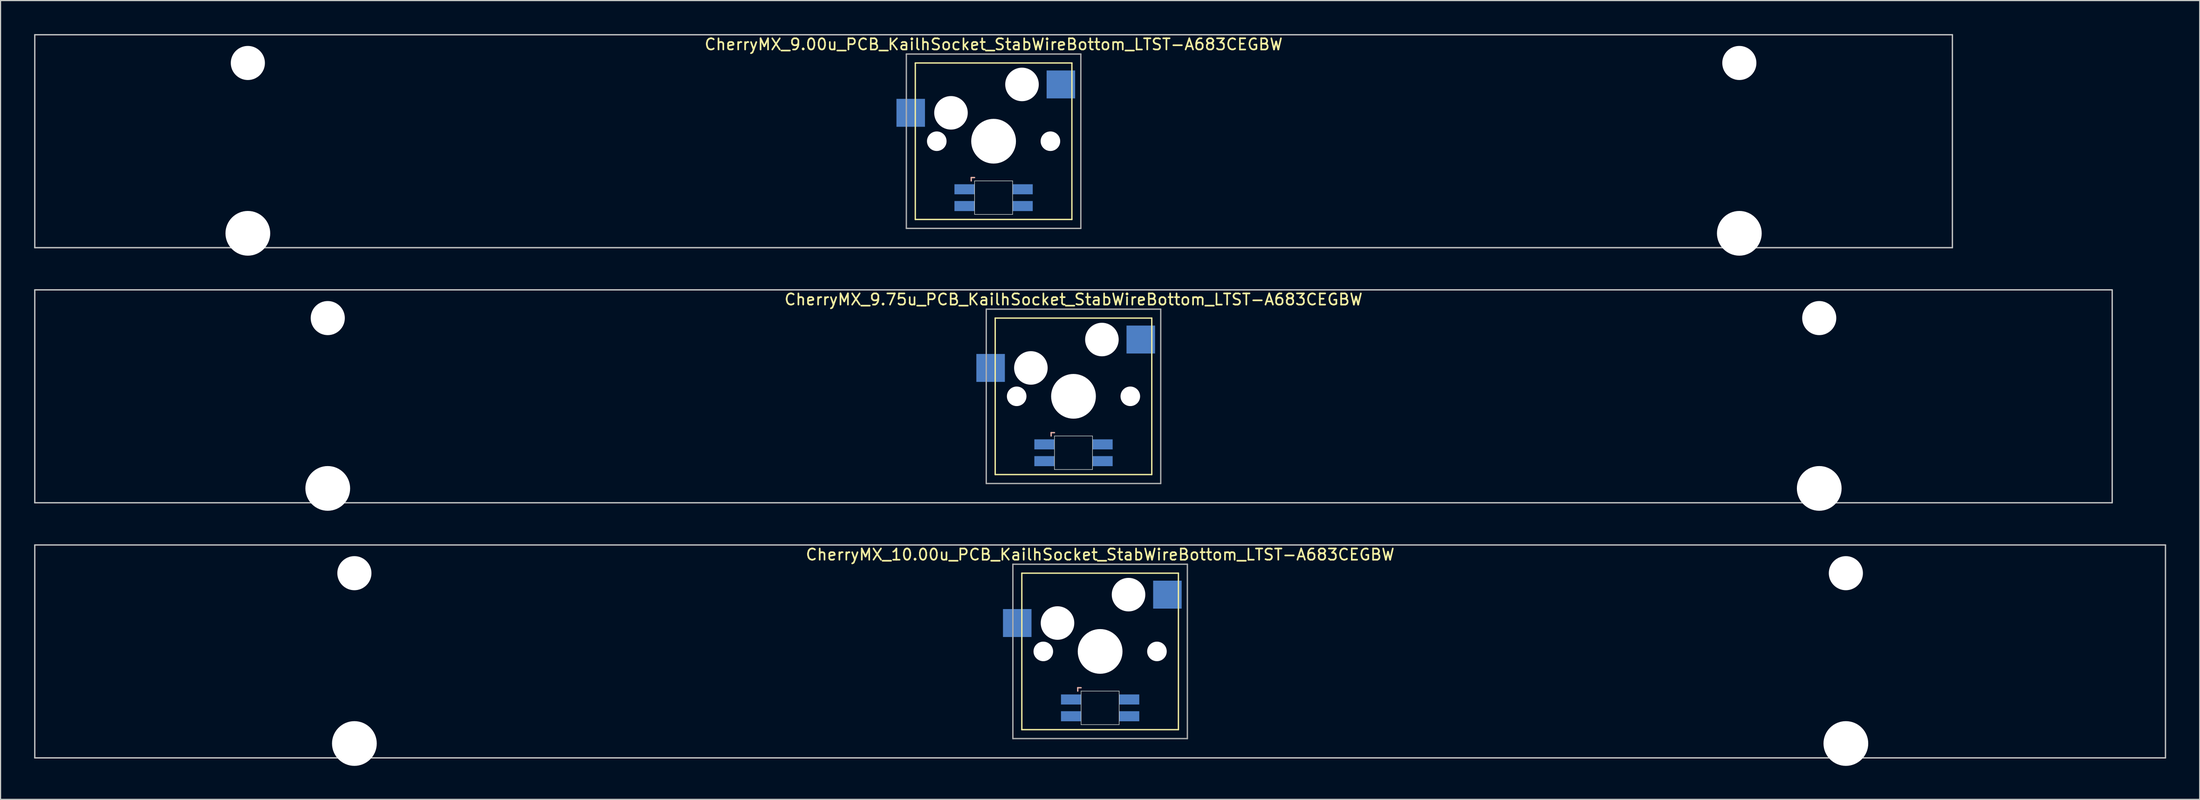
<source format=kicad_pcb>
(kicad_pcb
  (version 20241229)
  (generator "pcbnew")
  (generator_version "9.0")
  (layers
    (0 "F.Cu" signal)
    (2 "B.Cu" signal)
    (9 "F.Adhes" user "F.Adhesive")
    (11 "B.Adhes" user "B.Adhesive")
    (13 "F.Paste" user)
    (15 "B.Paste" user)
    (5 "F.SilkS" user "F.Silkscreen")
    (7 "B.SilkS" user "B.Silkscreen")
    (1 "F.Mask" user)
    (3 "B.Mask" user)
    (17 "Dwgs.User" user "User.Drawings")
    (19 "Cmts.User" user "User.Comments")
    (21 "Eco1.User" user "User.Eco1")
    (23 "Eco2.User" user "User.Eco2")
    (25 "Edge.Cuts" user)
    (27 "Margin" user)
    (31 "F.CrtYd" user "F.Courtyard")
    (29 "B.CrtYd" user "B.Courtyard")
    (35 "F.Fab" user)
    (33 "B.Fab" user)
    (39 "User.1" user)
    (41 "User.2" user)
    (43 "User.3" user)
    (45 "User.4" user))
  (footprint "CherryMX_10.00u_PCB_KailhSocket_StabWireBottom_LTST-A683CEGBW"
    (layer "F.Cu")
    (at 95.31 55.235)
    (property "Reference" "CherryMX_10.00u_PCB_KailhSocket_StabWireBottom_LTST-A683CEGBW" (at 0 -8.662 0) (layer "F.SilkS") (effects (font (size 1 1) (thickness 0.15))))
    (attr through_hole)
    (fp_line (start -7 -7) (end -7 7) (stroke (width 0.12) (type solid)) (layer "F.SilkS"))
    (fp_line (start -7 -7) (end 7 -7) (stroke (width 0.12) (type solid)) (layer "F.SilkS"))
    (fp_line (start 7 -7) (end 7 7) (stroke (width 0.12) (type solid)) (layer "F.SilkS"))
    (fp_line (start 7 7) (end -7 7) (stroke (width 0.12) (type solid)) (layer "F.SilkS"))
    (fp_line (start -2 3.25) (end -2 3.55) (stroke (width 0.12) (type solid)) (layer "B.SilkS"))
    (fp_line (start -1.7 3.25) (end -2 3.25) (stroke (width 0.12) (type solid)) (layer "B.SilkS"))
    (fp_line (start -95.25 -9.525) (end 95.25 -9.525) (stroke (width 0.12) (type solid)) (layer "Dwgs.User"))
    (fp_line (start -95.25 9.525) (end -95.25 -9.525) (stroke (width 0.12) (type solid)) (layer "Dwgs.User"))
    (fp_line (start 95.25 -9.525) (end 95.25 9.525) (stroke (width 0.12) (type solid)) (layer "Dwgs.User"))
    (fp_line (start 95.25 9.525) (end -95.25 9.525) (stroke (width 0.12) (type solid)) (layer "Dwgs.User"))
    (fp_line (start -1.7 3.55) (end 1.7 3.55) (stroke (width 0.05) (type solid)) (layer "Edge.Cuts"))
    (fp_line (start -1.7 6.55) (end -1.7 3.55) (stroke (width 0.05) (type solid)) (layer "Edge.Cuts"))
    (fp_line (start 1.7 3.55) (end 1.7 6.55) (stroke (width 0.05) (type solid)) (layer "Edge.Cuts"))
    (fp_line (start 1.7 6.55) (end -1.7 6.55) (stroke (width 0.05) (type solid)) (layer "Edge.Cuts"))
    (fp_line (start -7.8 -7.8) (end -7.8 7.8) (stroke (width 0.12) (type solid)) (layer "F.Fab"))
    (fp_line (start -7.8 -7.8) (end 7.8 -7.8) (stroke (width 0.12) (type solid)) (layer "F.Fab"))
    (fp_line (start -7.8 7.8) (end 7.8 7.8) (stroke (width 0.12) (type solid)) (layer "F.Fab"))
    (fp_line (start 7.8 -7.8) (end 7.8 7.8) (stroke (width 0.12) (type solid)) (layer "F.Fab"))
    (pad "" np_thru_hole circle (at -66.675 -7) (size 3.05 3.05) (drill 3.05) (layers "*.Cu" "*.Mask"))
    (pad "" np_thru_hole circle (at -66.675 8.24) (size 4 4) (drill 4) (layers "*.Cu" "*.Mask"))
    (pad "" np_thru_hole circle (at -5.08 0) (size 1.75 1.75) (drill 1.75) (layers "*.Cu" "*.Mask"))
    (pad "" np_thru_hole circle (at -3.81 -2.54) (size 3 3) (drill 3) (layers "*.Cu" "*.Mask"))
    (pad "" np_thru_hole circle (at 0 0) (size 4 4) (drill 4) (layers "*.Cu" "*.Mask"))
    (pad "" np_thru_hole circle (at 2.54 -5.08) (size 3 3) (drill 3) (layers "*.Cu" "*.Mask"))
    (pad "" np_thru_hole circle (at 5.08 0) (size 1.75 1.75) (drill 1.75) (layers "*.Cu" "*.Mask"))
    (pad "" np_thru_hole circle (at 66.675 -7) (size 3.05 3.05) (drill 3.05) (layers "*.Cu" "*.Mask"))
    (pad "" np_thru_hole circle (at 66.675 8.24) (size 4 4) (drill 4) (layers "*.Cu" "*.Mask"))
    (pad "1" smd rect (at -7.41 -2.54) (size 2.55 2.5) (layers "B.Cu" "B.Mask" "B.Paste"))
    (pad "2" smd rect (at 6.015 -5.08) (size 2.55 2.5) (layers "B.Cu" "B.Mask" "B.Paste"))
    (pad "3" smd rect (at -2.6 4.3) (size 1.8 0.9) (layers "B.Cu" "B.Mask" "B.Paste"))
    (pad "4" smd rect (at -2.6 5.8) (size 1.8 0.9) (layers "B.Cu" "B.Mask" "B.Paste"))
    (pad "5" smd rect (at 2.6 4.3) (size 1.8 0.9) (layers "B.Cu" "B.Mask" "B.Paste"))
    (pad "6" smd rect (at 2.6 5.8) (size 1.8 0.9) (layers "B.Cu" "B.Mask" "B.Paste")))
  (footprint "CherryMX_9.75u_PCB_KailhSocket_StabWireBottom_LTST-A683CEGBW"
    (layer "F.Cu")
    (at 92.929 32.41)
    (property "Reference" "CherryMX_9.75u_PCB_KailhSocket_StabWireBottom_LTST-A683CEGBW" (at 0 -8.662 0) (layer "F.SilkS") (effects (font (size 1 1) (thickness 0.15))))
    (attr through_hole)
    (fp_line (start -7 -7) (end -7 7) (stroke (width 0.12) (type solid)) (layer "F.SilkS"))
    (fp_line (start -7 -7) (end 7 -7) (stroke (width 0.12) (type solid)) (layer "F.SilkS"))
    (fp_line (start 7 -7) (end 7 7) (stroke (width 0.12) (type solid)) (layer "F.SilkS"))
    (fp_line (start 7 7) (end -7 7) (stroke (width 0.12) (type solid)) (layer "F.SilkS"))
    (fp_line (start -2 3.25) (end -2 3.55) (stroke (width 0.12) (type solid)) (layer "B.SilkS"))
    (fp_line (start -1.7 3.25) (end -2 3.25) (stroke (width 0.12) (type solid)) (layer "B.SilkS"))
    (fp_line (start -92.869 -9.525) (end 92.869 -9.525) (stroke (width 0.12) (type solid)) (layer "Dwgs.User"))
    (fp_line (start -92.869 9.525) (end -92.869 -9.525) (stroke (width 0.12) (type solid)) (layer "Dwgs.User"))
    (fp_line (start 92.869 -9.525) (end 92.869 9.525) (stroke (width 0.12) (type solid)) (layer "Dwgs.User"))
    (fp_line (start 92.869 9.525) (end -92.869 9.525) (stroke (width 0.12) (type solid)) (layer "Dwgs.User"))
    (fp_line (start -1.7 3.55) (end 1.7 3.55) (stroke (width 0.05) (type solid)) (layer "Edge.Cuts"))
    (fp_line (start -1.7 6.55) (end -1.7 3.55) (stroke (width 0.05) (type solid)) (layer "Edge.Cuts"))
    (fp_line (start 1.7 3.55) (end 1.7 6.55) (stroke (width 0.05) (type solid)) (layer "Edge.Cuts"))
    (fp_line (start 1.7 6.55) (end -1.7 6.55) (stroke (width 0.05) (type solid)) (layer "Edge.Cuts"))
    (fp_line (start -7.8 -7.8) (end -7.8 7.8) (stroke (width 0.12) (type solid)) (layer "F.Fab"))
    (fp_line (start -7.8 -7.8) (end 7.8 -7.8) (stroke (width 0.12) (type solid)) (layer "F.Fab"))
    (fp_line (start -7.8 7.8) (end 7.8 7.8) (stroke (width 0.12) (type solid)) (layer "F.Fab"))
    (fp_line (start 7.8 -7.8) (end 7.8 7.8) (stroke (width 0.12) (type solid)) (layer "F.Fab"))
    (pad "" np_thru_hole circle (at -66.675 -7) (size 3.05 3.05) (drill 3.05) (layers "*.Cu" "*.Mask"))
    (pad "" np_thru_hole circle (at -66.675 8.24) (size 4 4) (drill 4) (layers "*.Cu" "*.Mask"))
    (pad "" np_thru_hole circle (at -5.08 0) (size 1.75 1.75) (drill 1.75) (layers "*.Cu" "*.Mask"))
    (pad "" np_thru_hole circle (at -3.81 -2.54) (size 3 3) (drill 3) (layers "*.Cu" "*.Mask"))
    (pad "" np_thru_hole circle (at 0 0) (size 4 4) (drill 4) (layers "*.Cu" "*.Mask"))
    (pad "" np_thru_hole circle (at 2.54 -5.08) (size 3 3) (drill 3) (layers "*.Cu" "*.Mask"))
    (pad "" np_thru_hole circle (at 5.08 0) (size 1.75 1.75) (drill 1.75) (layers "*.Cu" "*.Mask"))
    (pad "" np_thru_hole circle (at 66.675 -7) (size 3.05 3.05) (drill 3.05) (layers "*.Cu" "*.Mask"))
    (pad "" np_thru_hole circle (at 66.675 8.24) (size 4 4) (drill 4) (layers "*.Cu" "*.Mask"))
    (pad "1" smd rect (at -7.41 -2.54) (size 2.55 2.5) (layers "B.Cu" "B.Mask" "B.Paste"))
    (pad "2" smd rect (at 6.015 -5.08) (size 2.55 2.5) (layers "B.Cu" "B.Mask" "B.Paste"))
    (pad "3" smd rect (at -2.6 4.3) (size 1.8 0.9) (layers "B.Cu" "B.Mask" "B.Paste"))
    (pad "4" smd rect (at -2.6 5.8) (size 1.8 0.9) (layers "B.Cu" "B.Mask" "B.Paste"))
    (pad "5" smd rect (at 2.6 4.3) (size 1.8 0.9) (layers "B.Cu" "B.Mask" "B.Paste"))
    (pad "6" smd rect (at 2.6 5.8) (size 1.8 0.9) (layers "B.Cu" "B.Mask" "B.Paste")))
  (footprint "CherryMX_9.00u_PCB_KailhSocket_StabWireBottom_LTST-A683CEGBW"
    (layer "F.Cu")
    (at 85.785 9.585)
    (property "Reference" "CherryMX_9.00u_PCB_KailhSocket_StabWireBottom_LTST-A683CEGBW" (at 0 -8.662 0) (layer "F.SilkS") (effects (font (size 1 1) (thickness 0.15))))
    (attr through_hole)
    (fp_line (start -7 -7) (end -7 7) (stroke (width 0.12) (type solid)) (layer "F.SilkS"))
    (fp_line (start -7 -7) (end 7 -7) (stroke (width 0.12) (type solid)) (layer "F.SilkS"))
    (fp_line (start 7 -7) (end 7 7) (stroke (width 0.12) (type solid)) (layer "F.SilkS"))
    (fp_line (start 7 7) (end -7 7) (stroke (width 0.12) (type solid)) (layer "F.SilkS"))
    (fp_line (start -2 3.25) (end -2 3.55) (stroke (width 0.12) (type solid)) (layer "B.SilkS"))
    (fp_line (start -1.7 3.25) (end -2 3.25) (stroke (width 0.12) (type solid)) (layer "B.SilkS"))
    (fp_line (start -85.725 -9.525) (end 85.725 -9.525) (stroke (width 0.12) (type solid)) (layer "Dwgs.User"))
    (fp_line (start -85.725 9.525) (end -85.725 -9.525) (stroke (width 0.12) (type solid)) (layer "Dwgs.User"))
    (fp_line (start 85.725 -9.525) (end 85.725 9.525) (stroke (width 0.12) (type solid)) (layer "Dwgs.User"))
    (fp_line (start 85.725 9.525) (end -85.725 9.525) (stroke (width 0.12) (type solid)) (layer "Dwgs.User"))
    (fp_line (start -1.7 3.55) (end 1.7 3.55) (stroke (width 0.05) (type solid)) (layer "Edge.Cuts"))
    (fp_line (start -1.7 6.55) (end -1.7 3.55) (stroke (width 0.05) (type solid)) (layer "Edge.Cuts"))
    (fp_line (start 1.7 3.55) (end 1.7 6.55) (stroke (width 0.05) (type solid)) (layer "Edge.Cuts"))
    (fp_line (start 1.7 6.55) (end -1.7 6.55) (stroke (width 0.05) (type solid)) (layer "Edge.Cuts"))
    (fp_line (start -7.8 -7.8) (end -7.8 7.8) (stroke (width 0.12) (type solid)) (layer "F.Fab"))
    (fp_line (start -7.8 -7.8) (end 7.8 -7.8) (stroke (width 0.12) (type solid)) (layer "F.Fab"))
    (fp_line (start -7.8 7.8) (end 7.8 7.8) (stroke (width 0.12) (type solid)) (layer "F.Fab"))
    (fp_line (start 7.8 -7.8) (end 7.8 7.8) (stroke (width 0.12) (type solid)) (layer "F.Fab"))
    (pad "" np_thru_hole circle (at -66.675 -7) (size 3.05 3.05) (drill 3.05) (layers "*.Cu" "*.Mask"))
    (pad "" np_thru_hole circle (at -66.675 8.24) (size 4 4) (drill 4) (layers "*.Cu" "*.Mask"))
    (pad "" np_thru_hole circle (at -5.08 0) (size 1.75 1.75) (drill 1.75) (layers "*.Cu" "*.Mask"))
    (pad "" np_thru_hole circle (at -3.81 -2.54) (size 3 3) (drill 3) (layers "*.Cu" "*.Mask"))
    (pad "" np_thru_hole circle (at 0 0) (size 4 4) (drill 4) (layers "*.Cu" "*.Mask"))
    (pad "" np_thru_hole circle (at 2.54 -5.08) (size 3 3) (drill 3) (layers "*.Cu" "*.Mask"))
    (pad "" np_thru_hole circle (at 5.08 0) (size 1.75 1.75) (drill 1.75) (layers "*.Cu" "*.Mask"))
    (pad "" np_thru_hole circle (at 66.675 -7) (size 3.05 3.05) (drill 3.05) (layers "*.Cu" "*.Mask"))
    (pad "" np_thru_hole circle (at 66.675 8.24) (size 4 4) (drill 4) (layers "*.Cu" "*.Mask"))
    (pad "1" smd rect (at -7.41 -2.54) (size 2.55 2.5) (layers "B.Cu" "B.Mask" "B.Paste"))
    (pad "2" smd rect (at 6.015 -5.08) (size 2.55 2.5) (layers "B.Cu" "B.Mask" "B.Paste"))
    (pad "3" smd rect (at -2.6 4.3) (size 1.8 0.9) (layers "B.Cu" "B.Mask" "B.Paste"))
    (pad "4" smd rect (at -2.6 5.8) (size 1.8 0.9) (layers "B.Cu" "B.Mask" "B.Paste"))
    (pad "5" smd rect (at 2.6 4.3) (size 1.8 0.9) (layers "B.Cu" "B.Mask" "B.Paste"))
    (pad "6" smd rect (at 2.6 5.8) (size 1.8 0.9) (layers "B.Cu" "B.Mask" "B.Paste")))
  (gr_rect
    (start -3 -3)
    (end 193.62 68.475)
    (stroke (width 0.1) (type default))
    (fill no)
    (layer "Edge.Cuts")))
</source>
